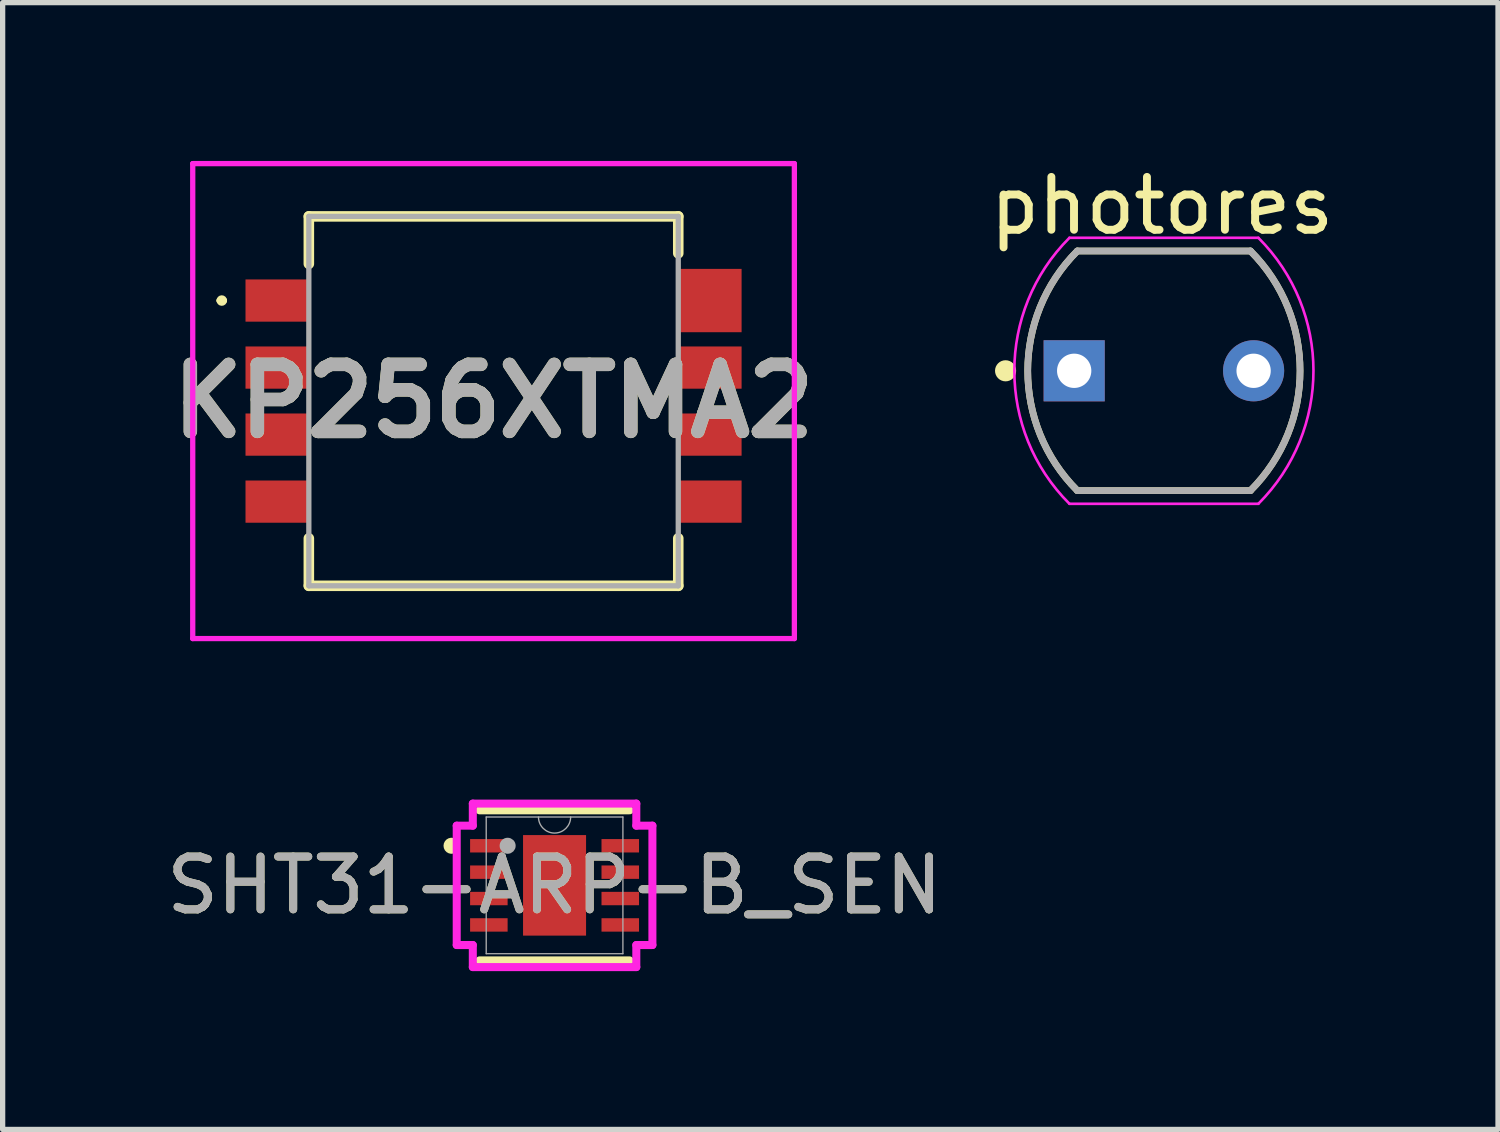
<source format=kicad_pcb>
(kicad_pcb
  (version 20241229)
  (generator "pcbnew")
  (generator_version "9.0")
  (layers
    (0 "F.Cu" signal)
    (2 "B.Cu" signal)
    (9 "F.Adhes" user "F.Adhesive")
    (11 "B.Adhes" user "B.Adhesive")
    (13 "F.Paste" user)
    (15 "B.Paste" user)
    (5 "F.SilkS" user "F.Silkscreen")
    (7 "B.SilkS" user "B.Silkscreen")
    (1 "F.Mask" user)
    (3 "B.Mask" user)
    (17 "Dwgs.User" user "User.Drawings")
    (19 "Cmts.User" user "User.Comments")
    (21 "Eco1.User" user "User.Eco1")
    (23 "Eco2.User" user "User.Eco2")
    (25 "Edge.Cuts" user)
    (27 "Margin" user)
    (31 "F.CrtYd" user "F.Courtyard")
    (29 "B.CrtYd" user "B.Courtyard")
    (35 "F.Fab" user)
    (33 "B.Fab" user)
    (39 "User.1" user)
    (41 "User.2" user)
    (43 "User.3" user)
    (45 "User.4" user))
  (footprint "SHT31-ARP-B_SEN"
    (layer "F.Cu")
    (at 7.458 13.726)
    (property "Reference" "SHT31-ARP-B_SEN" (at 0 0 0) (unlocked yes) (layer "F.SilkS") (effects (font (size 1 1) (thickness 0.15))))
    (attr smd)
    (fp_line (start -1.422 1.422) (end 1.422 1.422) (stroke (width 0.152) (type solid)) (layer "F.SilkS"))
    (fp_line (start 1.422 -1.422) (end -1.422 -1.422) (stroke (width 0.152) (type solid)) (layer "F.SilkS"))
    (fp_arc (start -1.93294 -0.676171) (mid -2.028 -0.75) (end -1.93294 -0.823829) (stroke (width 0.1524) (type solid)) (layer "F.SilkS"))
    (fp_line (start -1.854 -1.131) (end -1.549 -1.131) (stroke (width 0.152) (type solid)) (layer "F.CrtYd"))
    (fp_line (start -1.854 1.131) (end -1.854 -1.131) (stroke (width 0.152) (type solid)) (layer "F.CrtYd"))
    (fp_line (start -1.854 1.131) (end -1.549 1.131) (stroke (width 0.152) (type solid)) (layer "F.CrtYd"))
    (fp_line (start -1.549 -1.549) (end 1.549 -1.549) (stroke (width 0.152) (type solid)) (layer "F.CrtYd"))
    (fp_line (start -1.549 -1.131) (end -1.549 -1.549) (stroke (width 0.152) (type solid)) (layer "F.CrtYd"))
    (fp_line (start -1.549 1.549) (end -1.549 1.131) (stroke (width 0.152) (type solid)) (layer "F.CrtYd"))
    (fp_line (start 1.549 -1.549) (end 1.549 -1.131) (stroke (width 0.152) (type solid)) (layer "F.CrtYd"))
    (fp_line (start 1.549 1.131) (end 1.549 1.549) (stroke (width 0.152) (type solid)) (layer "F.CrtYd"))
    (fp_line (start 1.549 1.549) (end -1.549 1.549) (stroke (width 0.152) (type solid)) (layer "F.CrtYd"))
    (fp_line (start 1.854 -1.131) (end 1.549 -1.131) (stroke (width 0.152) (type solid)) (layer "F.CrtYd"))
    (fp_line (start 1.854 -1.131) (end 1.854 1.131) (stroke (width 0.152) (type solid)) (layer "F.CrtYd"))
    (fp_line (start 1.854 1.131) (end 1.549 1.131) (stroke (width 0.152) (type solid)) (layer "F.CrtYd"))
    (fp_line (start -1.295 -1.295) (end -1.295 1.295) (stroke (width 0.025) (type solid)) (layer "F.Fab"))
    (fp_line (start -1.295 1.295) (end 1.295 1.295) (stroke (width 0.025) (type solid)) (layer "F.Fab"))
    (fp_line (start 1.295 -1.295) (end -1.295 -1.295) (stroke (width 0.025) (type solid)) (layer "F.Fab"))
    (fp_line (start 1.295 1.295) (end 1.295 -1.295) (stroke (width 0.025) (type solid)) (layer "F.Fab"))
    (fp_arc (start 0.3048 -1.2954) (mid 0 -0.9906) (end -0.3048 -1.2954) (stroke (width 0.0254) (type solid)) (layer "F.Fab"))
    (fp_circle (center -0.889 -0.75) (end -0.813 -0.75) (stroke (width 0.152) (type solid)) (fill no) (layer "F.Fab"))
    (fp_text user "${REFERENCE}" (at 0 0 0) (unlocked yes) (layer "F.Fab") (effects (font (size 1 1) (thickness 0.15))))
    (pad "1" smd rect (at -1.245 -0.75) (size 0.711 0.254) (layers "F.Cu" "F.Mask" "F.Paste"))
    (pad "2" smd rect (at -1.245 -0.25) (size 0.711 0.254) (layers "F.Cu" "F.Mask" "F.Paste"))
    (pad "3" smd rect (at -1.245 0.25) (size 0.711 0.254) (layers "F.Cu" "F.Mask" "F.Paste"))
    (pad "4" smd rect (at -1.245 0.75) (size 0.711 0.254) (layers "F.Cu" "F.Mask" "F.Paste"))
    (pad "5" smd rect (at 1.245 0.75) (size 0.711 0.254) (layers "F.Cu" "F.Mask" "F.Paste"))
    (pad "6" smd rect (at 1.245 0.25) (size 0.711 0.254) (layers "F.Cu" "F.Mask" "F.Paste"))
    (pad "7" smd rect (at 1.245 -0.25) (size 0.711 0.254) (layers "F.Cu" "F.Mask" "F.Paste"))
    (pad "8" smd rect (at 1.245 -0.75) (size 0.711 0.254) (layers "F.Cu" "F.Mask" "F.Paste"))
    (pad "9" smd rect (at 0 0) (size 1.194 1.905) (layers "F.Cu" "F.Mask" "F.Paste")))
  (footprint "KP256XTMA2"
    (layer "F.Cu")
    (at 6.302 4.55)
    (property "Reference" "KP256XTMA2" (at 0 0 0) (layer "F.SilkS") (effects (font (size 1.27 1.27) (thickness 0.254))))
    (attr smd)
    (fp_line (start -5.2 -1.905) (end -5.2 -1.905) (stroke (width 0.1) (type solid)) (layer "F.SilkS"))
    (fp_line (start -5.1 -1.905) (end -5.1 -1.905) (stroke (width 0.1) (type solid)) (layer "F.SilkS"))
    (fp_line (start -3.5 -3.5) (end 3.5 -3.5) (stroke (width 0.2) (type solid)) (layer "F.SilkS"))
    (fp_line (start -3.5 -2.6) (end -3.5 -3.5) (stroke (width 0.2) (type solid)) (layer "F.SilkS"))
    (fp_line (start -3.5 2.6) (end -3.5 3.5) (stroke (width 0.2) (type solid)) (layer "F.SilkS"))
    (fp_line (start -3.5 3.5) (end 3.5 3.5) (stroke (width 0.2) (type solid)) (layer "F.SilkS"))
    (fp_line (start 3.5 -3.5) (end 3.5 -2.8) (stroke (width 0.2) (type solid)) (layer "F.SilkS"))
    (fp_line (start 3.5 3.5) (end 3.5 2.6) (stroke (width 0.2) (type solid)) (layer "F.SilkS"))
    (fp_arc (start -5.2 -1.905) (mid -5.15 -1.955) (end -5.1 -1.905) (stroke (width 0.1) (type solid)) (layer "F.SilkS"))
    (fp_arc (start -5.1 -1.905) (mid -5.15 -1.855) (end -5.2 -1.905) (stroke (width 0.1) (type solid)) (layer "F.SilkS"))
    (fp_line (start -5.7 -4.5) (end 5.7 -4.5) (stroke (width 0.1) (type solid)) (layer "F.CrtYd"))
    (fp_line (start -5.7 4.5) (end -5.7 -4.5) (stroke (width 0.1) (type solid)) (layer "F.CrtYd"))
    (fp_line (start 5.7 -4.5) (end 5.7 4.5) (stroke (width 0.1) (type solid)) (layer "F.CrtYd"))
    (fp_line (start 5.7 4.5) (end -5.7 4.5) (stroke (width 0.1) (type solid)) (layer "F.CrtYd"))
    (fp_line (start -3.5 -3.5) (end -3.5 3.5) (stroke (width 0.1) (type solid)) (layer "F.Fab"))
    (fp_line (start -3.5 3.5) (end 3.5 3.5) (stroke (width 0.1) (type solid)) (layer "F.Fab"))
    (fp_line (start 3.5 -3.5) (end -3.5 -3.5) (stroke (width 0.1) (type solid)) (layer "F.Fab"))
    (fp_line (start 3.5 3.5) (end 3.5 -3.5) (stroke (width 0.1) (type solid)) (layer "F.Fab"))
    (fp_text user "${REFERENCE}" (at 0 0 0) (layer "F.Fab") (effects (font (size 1.27 1.27) (thickness 0.254))))
    (pad "1" smd rect (at -4.1 -1.905 90) (size 0.8 1.2) (layers "F.Cu" "F.Mask" "F.Paste"))
    (pad "2" smd rect (at -4.1 -0.635 90) (size 0.8 1.2) (layers "F.Cu" "F.Mask" "F.Paste"))
    (pad "3" smd rect (at -4.1 0.635 90) (size 0.8 1.2) (layers "F.Cu" "F.Mask" "F.Paste"))
    (pad "4" smd rect (at -4.1 1.905 90) (size 0.8 1.2) (layers "F.Cu" "F.Mask" "F.Paste"))
    (pad "5" smd rect (at 4.1 1.905 90) (size 0.8 1.2) (layers "F.Cu" "F.Mask" "F.Paste"))
    (pad "6" smd rect (at 4.1 0.635 90) (size 0.8 1.2) (layers "F.Cu" "F.Mask" "F.Paste"))
    (pad "7" smd rect (at 4.1 -0.635 90) (size 0.8 1.2) (layers "F.Cu" "F.Mask" "F.Paste"))
    (pad "8" smd rect (at 4.1 -1.905 90) (size 1.2 1.2) (layers "F.Cu" "F.Mask" "F.Paste")))
  (footprint "photores"
    (layer "F.Cu")
    (at 19.004 3.976)
    (property "Reference" "photores" (at -0.035 -3.128 0) (layer "F.SilkS") (effects (font (size 1.001 1.001) (thickness 0.15))))
    (attr through_hole)
    (fp_line (start -1.64 -2.27) (end 1.64 -2.27) (stroke (width 0.127) (type solid)) (layer "F.SilkS"))
    (fp_line (start 1.64 2.27) (end -1.64 2.27) (stroke (width 0.127) (type solid)) (layer "F.SilkS"))
    (fp_arc (start -1.64 2.27) (mid -2.580265 0) (end -1.64 -2.27) (stroke (width 0.127) (type solid)) (layer "F.SilkS"))
    (fp_arc (start 1.64 -2.27) (mid 2.580265 0) (end 1.64 2.27) (stroke (width 0.127) (type solid)) (layer "F.SilkS"))
    (fp_circle (center -3 0) (end -2.9 0) (stroke (width 0.2) (type solid)) (fill no) (layer "F.SilkS"))
    (fp_line (start -1.79 -2.52) (end 1.79 -2.52) (stroke (width 0.05) (type solid)) (layer "F.CrtYd"))
    (fp_line (start 1.79 2.52) (end -1.79 2.52) (stroke (width 0.05) (type solid)) (layer "F.CrtYd"))
    (fp_arc (start -1.79 2.52) (mid -2.833818 0) (end -1.79 -2.52) (stroke (width 0.05) (type solid)) (layer "F.CrtYd"))
    (fp_arc (start 1.79 -2.52) (mid 2.833818 0) (end 1.79 2.52) (stroke (width 0.05) (type solid)) (layer "F.CrtYd"))
    (fp_line (start -1.64 -2.27) (end 1.64 -2.27) (stroke (width 0.127) (type solid)) (layer "F.Fab"))
    (fp_line (start 1.64 2.27) (end -1.64 2.27) (stroke (width 0.127) (type solid)) (layer "F.Fab"))
    (fp_arc (start -1.64 2.27) (mid -2.580265 0) (end -1.64 -2.27) (stroke (width 0.127) (type solid)) (layer "F.Fab"))
    (fp_arc (start 1.64 -2.27) (mid 2.580265 0) (end 1.64 2.27) (stroke (width 0.127) (type solid)) (layer "F.Fab"))
    (fp_circle (center -1.7 0) (end -1.6 0) (stroke (width 0.2) (type solid)) (fill no) (layer "F.Fab"))
    (pad "1" thru_hole rect (at -1.7 0) (size 1.158 1.158) (drill 0.65) (layers "*.Cu" "*.Mask"))
    (pad "2" thru_hole circle (at 1.7 0) (size 1.158 1.158) (drill 0.65) (layers "*.Cu" "*.Mask")))
  (gr_rect
    (start -3 -3)
    (end 25.335 18.351)
    (stroke (width 0.1) (type default))
    (fill no)
    (layer "Edge.Cuts")))
</source>
